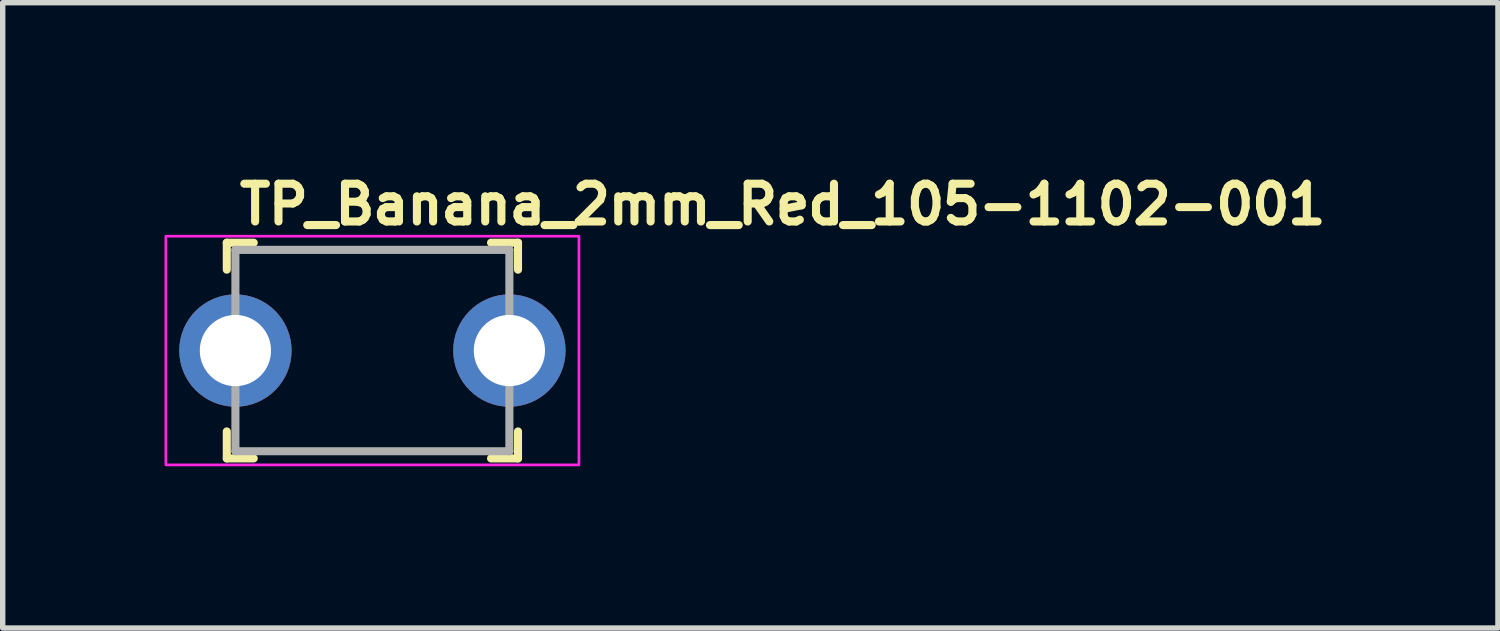
<source format=kicad_pcb>
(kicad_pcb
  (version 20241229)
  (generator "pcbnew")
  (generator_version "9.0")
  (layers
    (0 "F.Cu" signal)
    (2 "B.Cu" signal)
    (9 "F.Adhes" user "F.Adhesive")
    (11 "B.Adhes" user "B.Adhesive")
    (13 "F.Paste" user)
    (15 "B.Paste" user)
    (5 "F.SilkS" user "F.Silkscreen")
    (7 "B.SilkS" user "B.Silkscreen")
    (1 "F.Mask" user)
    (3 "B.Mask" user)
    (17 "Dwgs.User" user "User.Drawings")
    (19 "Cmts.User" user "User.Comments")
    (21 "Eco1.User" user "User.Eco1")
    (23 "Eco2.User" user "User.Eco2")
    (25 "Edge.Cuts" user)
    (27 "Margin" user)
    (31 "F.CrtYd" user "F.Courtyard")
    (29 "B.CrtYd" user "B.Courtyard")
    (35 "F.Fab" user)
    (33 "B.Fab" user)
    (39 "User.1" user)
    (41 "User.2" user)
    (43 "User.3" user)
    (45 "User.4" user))
  (footprint "TP_Banana_2mm_Red_105-1102-001"
    (layer "F.Cu")
    (at 1.315 3.45)
    (property "Reference" "TP_Banana_2mm_Red_105-1102-001" (at 0 -2.3 0) (layer "F.SilkS") (effects (font (size 0.7 0.7) (thickness 0.15)) (justify left bottom)))
    (attr through_hole)
    (fp_line (start -0.16 -2) (end -0.16 -1.5) (stroke (width 0.15) (type solid)) (layer "F.SilkS"))
    (fp_line (start -0.16 -2) (end 0.34 -2) (stroke (width 0.15) (type solid)) (layer "F.SilkS"))
    (fp_line (start -0.16 2) (end -0.16 1.5) (stroke (width 0.15) (type solid)) (layer "F.SilkS"))
    (fp_line (start -0.16 2) (end 0.34 2) (stroke (width 0.15) (type solid)) (layer "F.SilkS"))
    (fp_line (start 5.24 -2) (end 4.74 -2) (stroke (width 0.15) (type solid)) (layer "F.SilkS"))
    (fp_line (start 5.24 -2) (end 5.24 -1.5) (stroke (width 0.15) (type solid)) (layer "F.SilkS"))
    (fp_line (start 5.24 2) (end 4.74 2) (stroke (width 0.15) (type solid)) (layer "F.SilkS"))
    (fp_line (start 5.24 2) (end 5.24 1.5) (stroke (width 0.15) (type solid)) (layer "F.SilkS"))
    (fp_rect (start -1.29 -2.12) (end 6.37 2.12) (stroke (width 0.05) (type solid)) (fill no) (layer "F.CrtYd"))
    (fp_line (start 0 -1.867) (end 5.08 -1.867) (stroke (width 0.15) (type solid)) (layer "F.Fab"))
    (fp_line (start 0 1.867) (end 0 -1.867) (stroke (width 0.15) (type solid)) (layer "F.Fab"))
    (fp_line (start 0 1.867) (end 5.08 1.867) (stroke (width 0.15) (type solid)) (layer "F.Fab"))
    (fp_line (start 5.08 1.867) (end 5.08 -1.867) (stroke (width 0.15) (type solid)) (layer "F.Fab"))
    (fp_rect (start -0.154 -1.862) (end 5.23 1.872) (stroke (width 0.1) (type solid)) (fill no) (layer "User.5"))
    (fp_line (start -0.154 -1.862) (end -0.154 -1.857) (stroke (width 0.02) (type solid)) (layer "User.9"))
    (fp_line (start -0.154 -1.862) (end 5.23 -1.862) (stroke (width 0.02) (type solid)) (layer "User.9"))
    (fp_line (start -0.154 -1.857) (end -0.154 -1.857) (stroke (width 0.02) (type solid)) (layer "User.9"))
    (fp_line (start -0.154 -1.857) (end -0.154 -1.843) (stroke (width 0.02) (type solid)) (layer "User.9"))
    (fp_line (start -0.154 -1.843) (end -0.154 -1.843) (stroke (width 0.02) (type solid)) (layer "User.9"))
    (fp_line (start -0.154 -1.843) (end -0.154 -1.819) (stroke (width 0.02) (type solid)) (layer "User.9"))
    (fp_line (start -0.154 -1.819) (end -0.154 -1.819) (stroke (width 0.02) (type solid)) (layer "User.9"))
    (fp_line (start -0.154 -1.819) (end -0.154 -1.786) (stroke (width 0.02) (type solid)) (layer "User.9"))
    (fp_line (start -0.154 -1.786) (end -0.154 -1.786) (stroke (width 0.02) (type solid)) (layer "User.9"))
    (fp_line (start -0.154 -1.786) (end -0.154 -1.745) (stroke (width 0.02) (type solid)) (layer "User.9"))
    (fp_line (start -0.154 -1.745) (end -0.154 -1.745) (stroke (width 0.02) (type solid)) (layer "User.9"))
    (fp_line (start -0.154 -1.745) (end -0.154 -1.639) (stroke (width 0.02) (type solid)) (layer "User.9"))
    (fp_line (start -0.154 -1.639) (end -0.154 -1.639) (stroke (width 0.02) (type solid)) (layer "User.9"))
    (fp_line (start -0.154 -1.639) (end -0.154 -1.1) (stroke (width 0.02) (type solid)) (layer "User.9"))
    (fp_line (start -0.154 -1.1) (end -0.154 1.11) (stroke (width 0.02) (type solid)) (layer "User.9"))
    (fp_line (start -0.154 1.11) (end -0.154 1.649) (stroke (width 0.02) (type solid)) (layer "User.9"))
    (fp_line (start -0.154 1.649) (end -0.154 1.649) (stroke (width 0.02) (type solid)) (layer "User.9"))
    (fp_line (start -0.154 1.649) (end -0.154 1.706) (stroke (width 0.02) (type solid)) (layer "User.9"))
    (fp_line (start -0.154 1.706) (end -0.154 1.706) (stroke (width 0.02) (type solid)) (layer "User.9"))
    (fp_line (start -0.154 1.706) (end -0.154 1.755) (stroke (width 0.02) (type solid)) (layer "User.9"))
    (fp_line (start -0.154 1.755) (end -0.154 1.755) (stroke (width 0.02) (type solid)) (layer "User.9"))
    (fp_line (start -0.154 1.755) (end -0.154 1.796) (stroke (width 0.02) (type solid)) (layer "User.9"))
    (fp_line (start -0.154 1.796) (end -0.154 1.796) (stroke (width 0.02) (type solid)) (layer "User.9"))
    (fp_line (start -0.154 1.796) (end -0.154 1.829) (stroke (width 0.02) (type solid)) (layer "User.9"))
    (fp_line (start -0.154 1.829) (end -0.154 1.829) (stroke (width 0.02) (type solid)) (layer "User.9"))
    (fp_line (start -0.154 1.829) (end -0.154 1.853) (stroke (width 0.02) (type solid)) (layer "User.9"))
    (fp_line (start -0.154 1.853) (end -0.154 1.853) (stroke (width 0.02) (type solid)) (layer "User.9"))
    (fp_line (start -0.154 1.853) (end -0.154 1.867) (stroke (width 0.02) (type solid)) (layer "User.9"))
    (fp_line (start -0.154 1.867) (end -0.154 1.867) (stroke (width 0.02) (type solid)) (layer "User.9"))
    (fp_line (start -0.154 1.867) (end -0.154 1.872) (stroke (width 0.02) (type solid)) (layer "User.9"))
    (fp_line (start -0.154 1.872) (end 5.23 1.872) (stroke (width 0.02) (type solid)) (layer "User.9"))
    (fp_line (start 5.23 -1.862) (end 5.23 -1.857) (stroke (width 0.02) (type solid)) (layer "User.9"))
    (fp_line (start 5.23 -1.857) (end 5.23 -1.857) (stroke (width 0.02) (type solid)) (layer "User.9"))
    (fp_line (start 5.23 -1.857) (end 5.23 -1.843) (stroke (width 0.02) (type solid)) (layer "User.9"))
    (fp_line (start 5.23 -1.843) (end 5.23 -1.843) (stroke (width 0.02) (type solid)) (layer "User.9"))
    (fp_line (start 5.23 -1.843) (end 5.23 -1.819) (stroke (width 0.02) (type solid)) (layer "User.9"))
    (fp_line (start 5.23 -1.819) (end 5.23 -1.819) (stroke (width 0.02) (type solid)) (layer "User.9"))
    (fp_line (start 5.23 -1.819) (end 5.23 -1.786) (stroke (width 0.02) (type solid)) (layer "User.9"))
    (fp_line (start 5.23 -1.786) (end 5.23 -1.786) (stroke (width 0.02) (type solid)) (layer "User.9"))
    (fp_line (start 5.23 -1.786) (end 5.23 -1.745) (stroke (width 0.02) (type solid)) (layer "User.9"))
    (fp_line (start 5.23 -1.745) (end 5.23 -1.745) (stroke (width 0.02) (type solid)) (layer "User.9"))
    (fp_line (start 5.23 -1.745) (end 5.23 -1.639) (stroke (width 0.02) (type solid)) (layer "User.9"))
    (fp_line (start 5.23 -1.639) (end 5.23 -1.639) (stroke (width 0.02) (type solid)) (layer "User.9"))
    (fp_line (start 5.23 -1.639) (end 5.23 -1.1) (stroke (width 0.02) (type solid)) (layer "User.9"))
    (fp_line (start 5.23 -1.1) (end 5.23 1.11) (stroke (width 0.02) (type solid)) (layer "User.9"))
    (fp_line (start 5.23 1.11) (end 5.23 1.649) (stroke (width 0.02) (type solid)) (layer "User.9"))
    (fp_line (start 5.23 1.649) (end 5.23 1.649) (stroke (width 0.02) (type solid)) (layer "User.9"))
    (fp_line (start 5.23 1.649) (end 5.23 1.706) (stroke (width 0.02) (type solid)) (layer "User.9"))
    (fp_line (start 5.23 1.706) (end 5.23 1.706) (stroke (width 0.02) (type solid)) (layer "User.9"))
    (fp_line (start 5.23 1.706) (end 5.23 1.755) (stroke (width 0.02) (type solid)) (layer "User.9"))
    (fp_line (start 5.23 1.755) (end 5.23 1.755) (stroke (width 0.02) (type solid)) (layer "User.9"))
    (fp_line (start 5.23 1.755) (end 5.23 1.796) (stroke (width 0.02) (type solid)) (layer "User.9"))
    (fp_line (start 5.23 1.796) (end 5.23 1.796) (stroke (width 0.02) (type solid)) (layer "User.9"))
    (fp_line (start 5.23 1.796) (end 5.23 1.829) (stroke (width 0.02) (type solid)) (layer "User.9"))
    (fp_line (start 5.23 1.829) (end 5.23 1.829) (stroke (width 0.02) (type solid)) (layer "User.9"))
    (fp_line (start 5.23 1.829) (end 5.23 1.853) (stroke (width 0.02) (type solid)) (layer "User.9"))
    (fp_line (start 5.23 1.853) (end 5.23 1.853) (stroke (width 0.02) (type solid)) (layer "User.9"))
    (fp_line (start 5.23 1.853) (end 5.23 1.867) (stroke (width 0.02) (type solid)) (layer "User.9"))
    (fp_line (start 5.23 1.867) (end 5.23 1.867) (stroke (width 0.02) (type solid)) (layer "User.9"))
    (fp_line (start 5.23 1.867) (end 5.23 1.872) (stroke (width 0.02) (type solid)) (layer "User.9"))
    (pad "1" thru_hole circle (at 0 0) (size 2.083 2.083) (drill 1.321) (layers "*.Cu" "*.Mask"))
    (pad "1" thru_hole circle (at 5.08 0) (size 2.083 2.083) (drill 1.321) (layers "*.Cu" "*.Mask")))
  (gr_rect
    (start -3 -3)
    (end 24.725 8.595)
    (stroke (width 0.1) (type default))
    (fill no)
    (layer "Edge.Cuts")))
</source>
